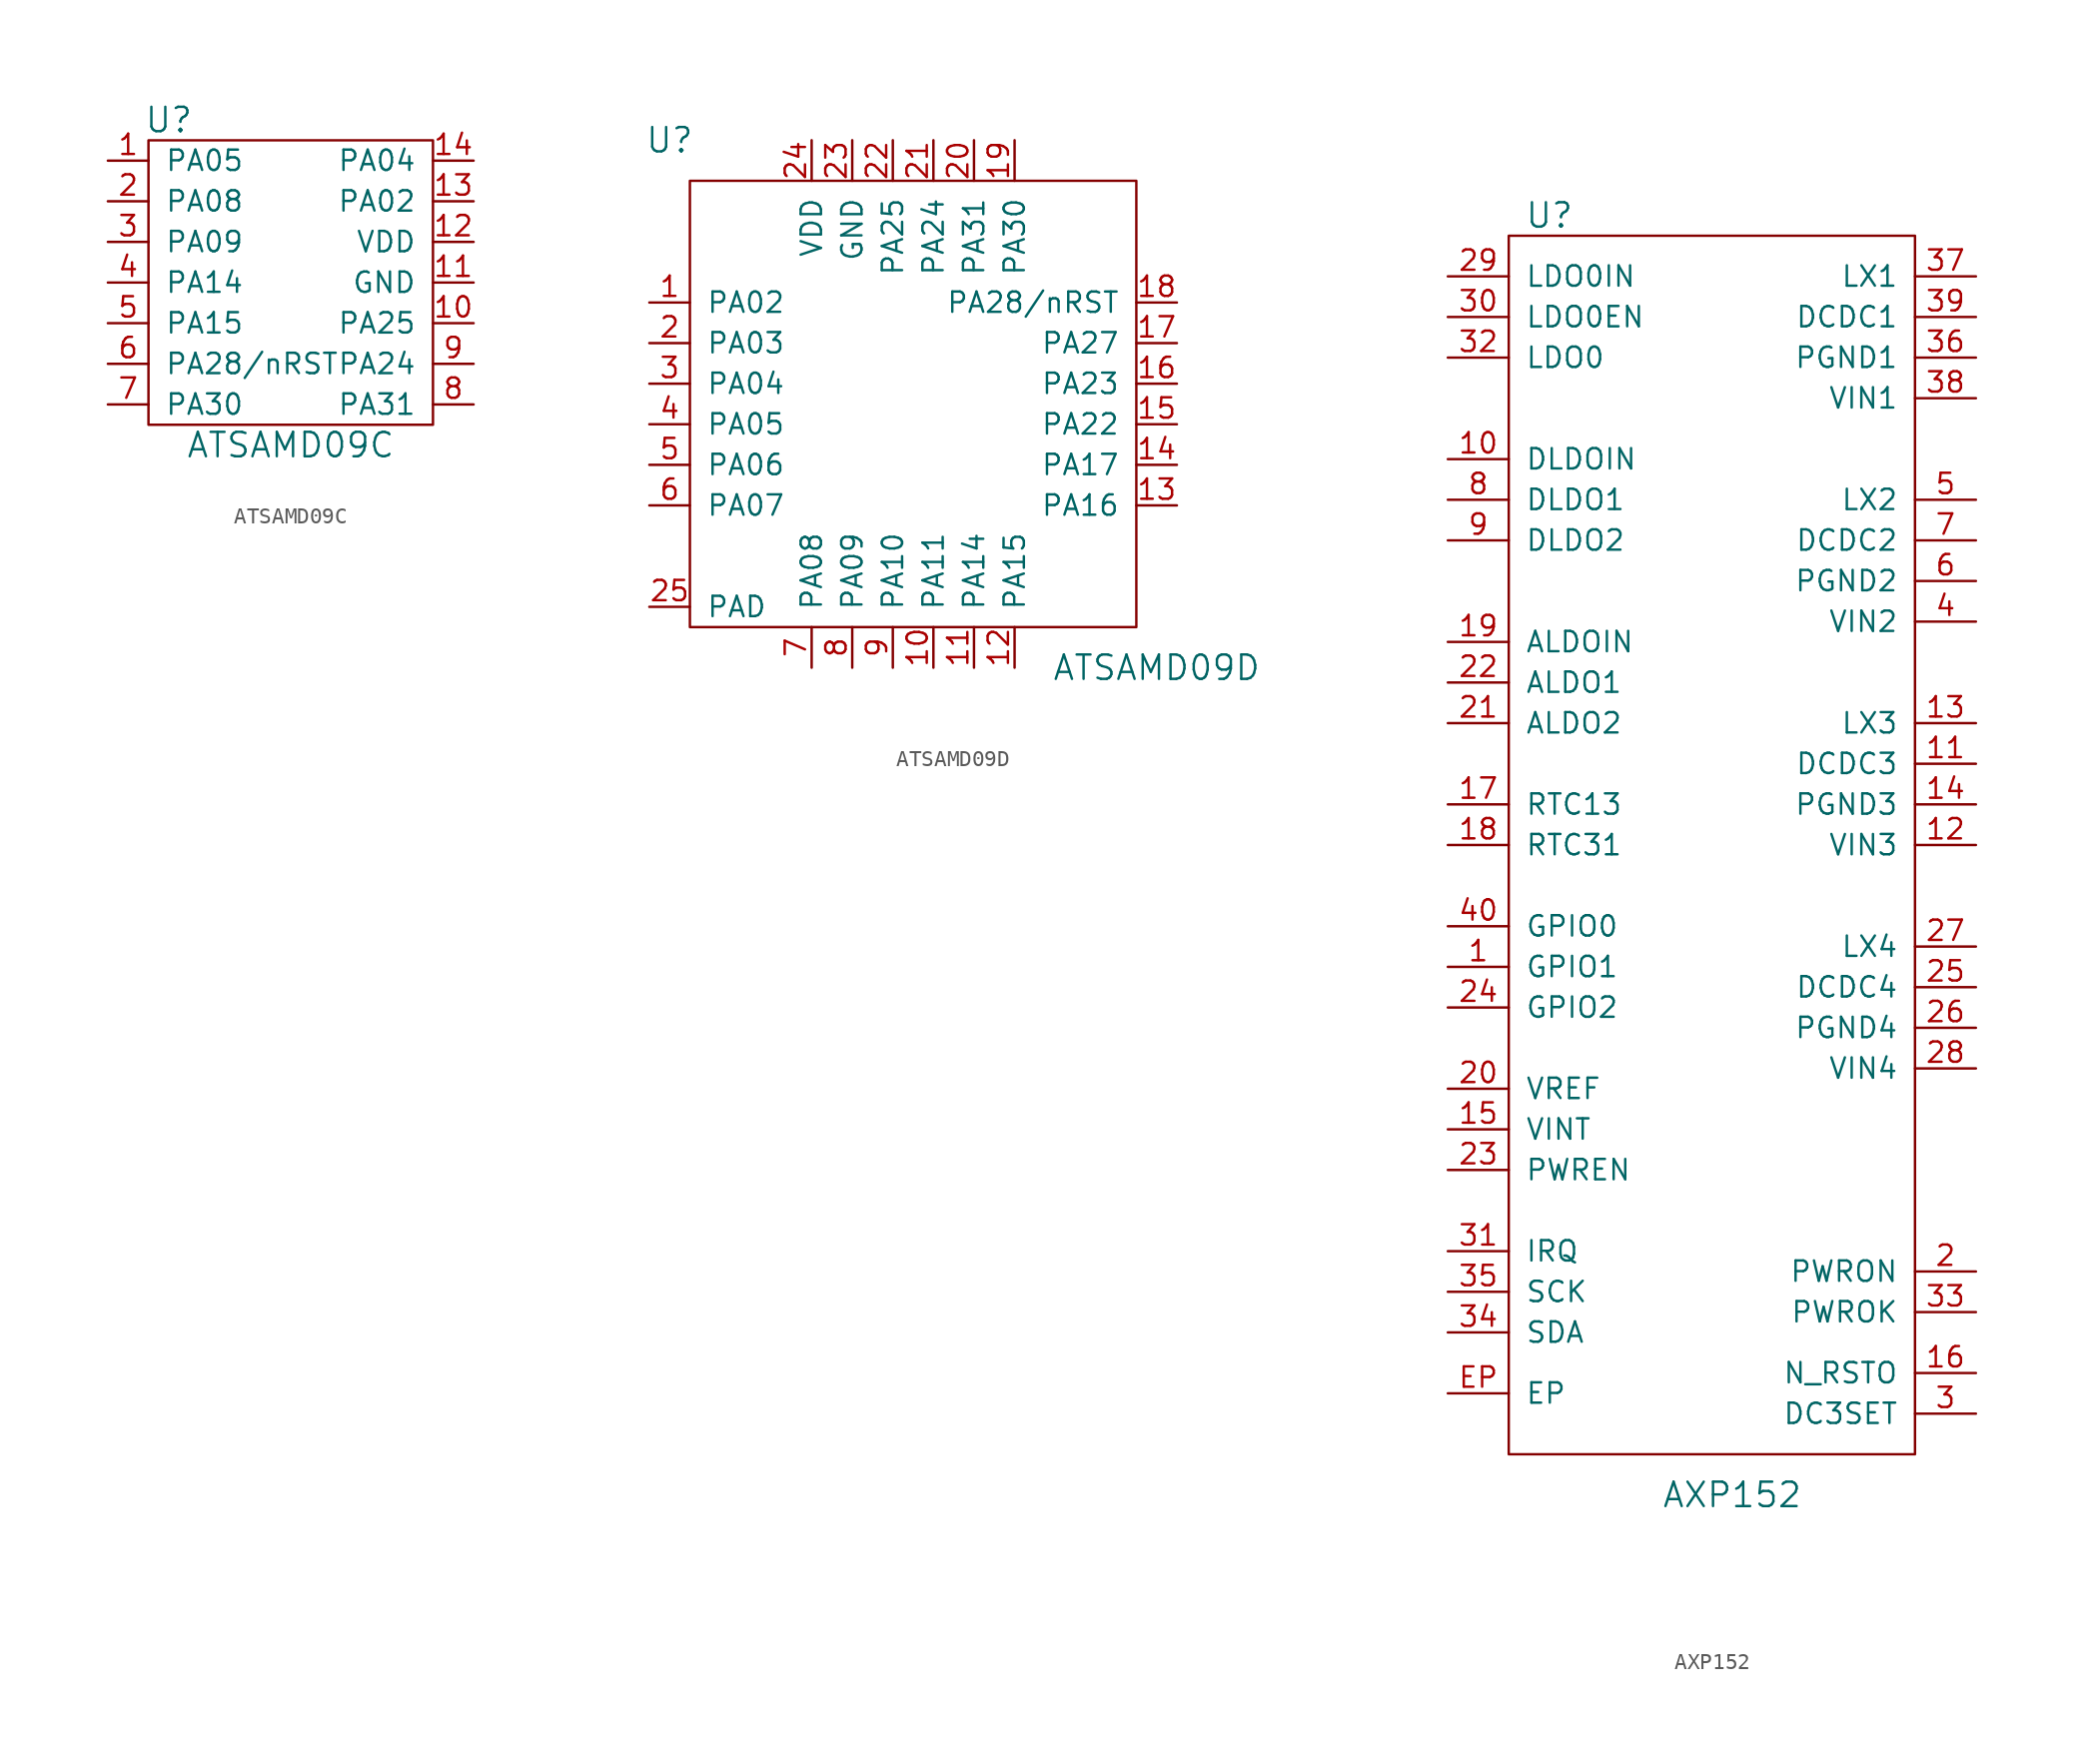
<source format=kicad_sym>
(kicad_symbol_lib
  (version 20211014)
  (generator kicad_symbol_editor)
  (symbol "ATSAMD09C"
    (pin_names
      (offset 1.016))
    (property "Reference" "U"
      (at -7.62 8.89 0)
      (effects (font (size 1.524 1.524))))
    (property "Value" "ATSAMD09C"
      (at 0 -11.43 0)
      (effects (font (size 1.524 1.524))))
    (property "Footprint" ""
      (at 2.54 0 0)
      (effects (font (size 1.524 1.524))))
    (property "Datasheet" ""
      (at 2.54 0 0)
      (effects (font (size 1.524 1.524))))
    (symbol "ATSAMD09C_0_1"
      (rectangle (start -8.89 7.62) (end 8.89 -10.16) (stroke (width 0) (type default) (color 0 0 0 0)) (fill (type none))))
    (symbol "ATSAMD09C_1_1"
      (pin passive line (at -11.43 6.35 0) (length 2.54) (name "PA05" (effects (font (size 1.27 1.27)))) (number "1" (effects (font (size 1.27 1.27)))))
      (pin passive line (at 11.43 -3.81 180) (length 2.54) (name "PA25" (effects (font (size 1.27 1.27)))) (number "10" (effects (font (size 1.27 1.27)))))
      (pin passive line (at 11.43 -1.27 180) (length 2.54) (name "GND" (effects (font (size 1.27 1.27)))) (number "11" (effects (font (size 1.27 1.27)))))
      (pin passive line (at 11.43 1.27 180) (length 2.54) (name "VDD" (effects (font (size 1.27 1.27)))) (number "12" (effects (font (size 1.27 1.27)))))
      (pin passive line (at 11.43 3.81 180) (length 2.54) (name "PA02" (effects (font (size 1.27 1.27)))) (number "13" (effects (font (size 1.27 1.27)))))
      (pin passive line (at 11.43 6.35 180) (length 2.54) (name "PA04" (effects (font (size 1.27 1.27)))) (number "14" (effects (font (size 1.27 1.27)))))
      (pin passive line (at -11.43 3.81 0) (length 2.54) (name "PA08" (effects (font (size 1.27 1.27)))) (number "2" (effects (font (size 1.27 1.27)))))
      (pin passive line (at -11.43 1.27 0) (length 2.54) (name "PA09" (effects (font (size 1.27 1.27)))) (number "3" (effects (font (size 1.27 1.27)))))
      (pin passive line (at -11.43 -1.27 0) (length 2.54) (name "PA14" (effects (font (size 1.27 1.27)))) (number "4" (effects (font (size 1.27 1.27)))))
      (pin passive line (at -11.43 -3.81 0) (length 2.54) (name "PA15" (effects (font (size 1.27 1.27)))) (number "5" (effects (font (size 1.27 1.27)))))
      (pin passive line (at -11.43 -6.35 0) (length 2.54) (name "PA28/nRST" (effects (font (size 1.27 1.27)))) (number "6" (effects (font (size 1.27 1.27)))))
      (pin passive line (at -11.43 -8.89 0) (length 2.54) (name "PA30" (effects (font (size 1.27 1.27)))) (number "7" (effects (font (size 1.27 1.27)))))
      (pin passive line (at 11.43 -8.89 180) (length 2.54) (name "PA31" (effects (font (size 1.27 1.27)))) (number "8" (effects (font (size 1.27 1.27)))))
      (pin passive line (at 11.43 -6.35 180) (length 2.54) (name "PA24" (effects (font (size 1.27 1.27)))) (number "9" (effects (font (size 1.27 1.27)))))))
  (symbol "ATSAMD09D"
    (pin_names
      (offset 1.016))
    (property "Reference" "U"
      (at -15.24 16.51 0)
      (effects (font (size 1.524 1.524))))
    (property "Value" "ATSAMD09D"
      (at 15.24 -16.51 0)
      (effects (font (size 1.524 1.524))))
    (property "Footprint" ""
      (at -2.54 0 0)
      (effects (font (size 1.524 1.524))))
    (property "Datasheet" ""
      (at -2.54 0 0)
      (effects (font (size 1.524 1.524))))
    (symbol "ATSAMD09D_0_1"
      (rectangle (start -13.97 13.97) (end 13.97 -13.97) (stroke (width 0) (type default) (color 0 0 0 0)) (fill (type none))))
    (symbol "ATSAMD09D_1_1"
      (pin passive line (at -16.51 6.35 0) (length 2.54) (name "PA02" (effects (font (size 1.27 1.27)))) (number "1" (effects (font (size 1.27 1.27)))))
      (pin passive line (at 1.27 -16.51 90) (length 2.54) (name "PA11" (effects (font (size 1.27 1.27)))) (number "10" (effects (font (size 1.27 1.27)))))
      (pin passive line (at 3.81 -16.51 90) (length 2.54) (name "PA14" (effects (font (size 1.27 1.27)))) (number "11" (effects (font (size 1.27 1.27)))))
      (pin passive line (at 6.35 -16.51 90) (length 2.54) (name "PA15" (effects (font (size 1.27 1.27)))) (number "12" (effects (font (size 1.27 1.27)))))
      (pin passive line (at 16.51 -6.35 180) (length 2.54) (name "PA16" (effects (font (size 1.27 1.27)))) (number "13" (effects (font (size 1.27 1.27)))))
      (pin passive line (at 16.51 -3.81 180) (length 2.54) (name "PA17" (effects (font (size 1.27 1.27)))) (number "14" (effects (font (size 1.27 1.27)))))
      (pin passive line (at 16.51 -1.27 180) (length 2.54) (name "PA22" (effects (font (size 1.27 1.27)))) (number "15" (effects (font (size 1.27 1.27)))))
      (pin passive line (at 16.51 1.27 180) (length 2.54) (name "PA23" (effects (font (size 1.27 1.27)))) (number "16" (effects (font (size 1.27 1.27)))))
      (pin passive line (at 16.51 3.81 180) (length 2.54) (name "PA27" (effects (font (size 1.27 1.27)))) (number "17" (effects (font (size 1.27 1.27)))))
      (pin passive line (at 16.51 6.35 180) (length 2.54) (name "PA28/nRST" (effects (font (size 1.27 1.27)))) (number "18" (effects (font (size 1.27 1.27)))))
      (pin passive line (at 6.35 16.51 270) (length 2.54) (name "PA30" (effects (font (size 1.27 1.27)))) (number "19" (effects (font (size 1.27 1.27)))))
      (pin passive line (at -16.51 3.81 0) (length 2.54) (name "PA03" (effects (font (size 1.27 1.27)))) (number "2" (effects (font (size 1.27 1.27)))))
      (pin passive line (at 3.81 16.51 270) (length 2.54) (name "PA31" (effects (font (size 1.27 1.27)))) (number "20" (effects (font (size 1.27 1.27)))))
      (pin passive line (at 1.27 16.51 270) (length 2.54) (name "PA24" (effects (font (size 1.27 1.27)))) (number "21" (effects (font (size 1.27 1.27)))))
      (pin passive line (at -1.27 16.51 270) (length 2.54) (name "PA25" (effects (font (size 1.27 1.27)))) (number "22" (effects (font (size 1.27 1.27)))))
      (pin passive line (at -3.81 16.51 270) (length 2.54) (name "GND" (effects (font (size 1.27 1.27)))) (number "23" (effects (font (size 1.27 1.27)))))
      (pin passive line (at -6.35 16.51 270) (length 2.54) (name "VDD" (effects (font (size 1.27 1.27)))) (number "24" (effects (font (size 1.27 1.27)))))
      (pin passive line (at -16.51 -12.7 0) (length 2.54) (name "PAD" (effects (font (size 1.27 1.27)))) (number "25" (effects (font (size 1.27 1.27)))))
      (pin passive line (at -16.51 1.27 0) (length 2.54) (name "PA04" (effects (font (size 1.27 1.27)))) (number "3" (effects (font (size 1.27 1.27)))))
      (pin passive line (at -16.51 -1.27 0) (length 2.54) (name "PA05" (effects (font (size 1.27 1.27)))) (number "4" (effects (font (size 1.27 1.27)))))
      (pin passive line (at -16.51 -3.81 0) (length 2.54) (name "PA06" (effects (font (size 1.27 1.27)))) (number "5" (effects (font (size 1.27 1.27)))))
      (pin passive line (at -16.51 -6.35 0) (length 2.54) (name "PA07" (effects (font (size 1.27 1.27)))) (number "6" (effects (font (size 1.27 1.27)))))
      (pin passive line (at -6.35 -16.51 90) (length 2.54) (name "PA08" (effects (font (size 1.27 1.27)))) (number "7" (effects (font (size 1.27 1.27)))))
      (pin passive line (at -3.81 -16.51 90) (length 2.54) (name "PA09" (effects (font (size 1.27 1.27)))) (number "8" (effects (font (size 1.27 1.27)))))
      (pin passive line (at -1.27 -16.51 90) (length 2.54) (name "PA10" (effects (font (size 1.27 1.27)))) (number "9" (effects (font (size 1.27 1.27)))))))
  (symbol "AXP152"
    (pin_names
      (offset 1.016))
    (property "Reference" "U"
      (at -10.16 39.37 0)
      (effects (font (size 1.524 1.524))))
    (property "Value" "AXP152"
      (at 1.27 -40.64 0)
      (effects (font (size 1.524 1.524))))
    (property "Footprint" ""
      (at 1.27 25.4 0)
      (effects (font (size 1.524 1.524))))
    (property "Datasheet" ""
      (at 1.27 25.4 0)
      (effects (font (size 1.524 1.524))))
    (symbol "AXP152_0_1"
      (rectangle (start -12.7 38.1) (end 12.7 -38.1) (stroke (width 0) (type default) (color 0 0 0 0)) (fill (type none))))
    (symbol "AXP152_1_1"
      (pin passive line (at -16.51 -7.62 0) (length 3.81) (name "GPIO1" (effects (font (size 1.27 1.27)))) (number "1" (effects (font (size 1.27 1.27)))))
      (pin passive line (at -16.51 24.13 0) (length 3.81) (name "DLDOIN" (effects (font (size 1.27 1.27)))) (number "10" (effects (font (size 1.27 1.27)))))
      (pin power_out line (at 16.51 5.08 180) (length 3.81) (name "DCDC3" (effects (font (size 1.27 1.27)))) (number "11" (effects (font (size 1.27 1.27)))))
      (pin passive line (at 16.51 0 180) (length 3.81) (name "VIN3" (effects (font (size 1.27 1.27)))) (number "12" (effects (font (size 1.27 1.27)))))
      (pin passive line (at 16.51 7.62 180) (length 3.81) (name "LX3" (effects (font (size 1.27 1.27)))) (number "13" (effects (font (size 1.27 1.27)))))
      (pin passive line (at 16.51 2.54 180) (length 3.81) (name "PGND3" (effects (font (size 1.27 1.27)))) (number "14" (effects (font (size 1.27 1.27)))))
      (pin passive line (at -16.51 -17.78 0) (length 3.81) (name "VINT" (effects (font (size 1.27 1.27)))) (number "15" (effects (font (size 1.27 1.27)))))
      (pin passive line (at 16.51 -33.02 180) (length 3.81) (name "N_RSTO" (effects (font (size 1.27 1.27)))) (number "16" (effects (font (size 1.27 1.27)))))
      (pin passive line (at -16.51 2.54 0) (length 3.81) (name "RTC13" (effects (font (size 1.27 1.27)))) (number "17" (effects (font (size 1.27 1.27)))))
      (pin passive line (at -16.51 0 0) (length 3.81) (name "RTC31" (effects (font (size 1.27 1.27)))) (number "18" (effects (font (size 1.27 1.27)))))
      (pin passive line (at -16.51 12.7 0) (length 3.81) (name "ALDOIN" (effects (font (size 1.27 1.27)))) (number "19" (effects (font (size 1.27 1.27)))))
      (pin passive line (at 16.51 -26.67 180) (length 3.81) (name "PWRON" (effects (font (size 1.27 1.27)))) (number "2" (effects (font (size 1.27 1.27)))))
      (pin passive line (at -16.51 -15.24 0) (length 3.81) (name "VREF" (effects (font (size 1.27 1.27)))) (number "20" (effects (font (size 1.27 1.27)))))
      (pin power_out line (at -16.51 7.62 0) (length 3.81) (name "ALDO2" (effects (font (size 1.27 1.27)))) (number "21" (effects (font (size 1.27 1.27)))))
      (pin power_out line (at -16.51 10.16 0) (length 3.81) (name "ALDO1" (effects (font (size 1.27 1.27)))) (number "22" (effects (font (size 1.27 1.27)))))
      (pin passive line (at -16.51 -20.32 0) (length 3.81) (name "PWREN" (effects (font (size 1.27 1.27)))) (number "23" (effects (font (size 1.27 1.27)))))
      (pin passive line (at -16.51 -10.16 0) (length 3.81) (name "GPIO2" (effects (font (size 1.27 1.27)))) (number "24" (effects (font (size 1.27 1.27)))))
      (pin power_out line (at 16.51 -8.89 180) (length 3.81) (name "DCDC4" (effects (font (size 1.27 1.27)))) (number "25" (effects (font (size 1.27 1.27)))))
      (pin passive line (at 16.51 -11.43 180) (length 3.81) (name "PGND4" (effects (font (size 1.27 1.27)))) (number "26" (effects (font (size 1.27 1.27)))))
      (pin passive line (at 16.51 -6.35 180) (length 3.81) (name "LX4" (effects (font (size 1.27 1.27)))) (number "27" (effects (font (size 1.27 1.27)))))
      (pin passive line (at 16.51 -13.97 180) (length 3.81) (name "VIN4" (effects (font (size 1.27 1.27)))) (number "28" (effects (font (size 1.27 1.27)))))
      (pin passive line (at -16.51 35.56 0) (length 3.81) (name "LDO0IN" (effects (font (size 1.27 1.27)))) (number "29" (effects (font (size 1.27 1.27)))))
      (pin passive line (at 16.51 -35.56 180) (length 3.81) (name "DC3SET" (effects (font (size 1.27 1.27)))) (number "3" (effects (font (size 1.27 1.27)))))
      (pin passive line (at -16.51 33.02 0) (length 3.81) (name "LDO0EN" (effects (font (size 1.27 1.27)))) (number "30" (effects (font (size 1.27 1.27)))))
      (pin passive line (at -16.51 -25.4 0) (length 3.81) (name "IRQ" (effects (font (size 1.27 1.27)))) (number "31" (effects (font (size 1.27 1.27)))))
      (pin power_out line (at -16.51 30.48 0) (length 3.81) (name "LDO0" (effects (font (size 1.27 1.27)))) (number "32" (effects (font (size 1.27 1.27)))))
      (pin passive line (at 16.51 -29.21 180) (length 3.81) (name "PWROK" (effects (font (size 1.27 1.27)))) (number "33" (effects (font (size 1.27 1.27)))))
      (pin passive line (at -16.51 -30.48 0) (length 3.81) (name "SDA" (effects (font (size 1.27 1.27)))) (number "34" (effects (font (size 1.27 1.27)))))
      (pin passive line (at -16.51 -27.94 0) (length 3.81) (name "SCK" (effects (font (size 1.27 1.27)))) (number "35" (effects (font (size 1.27 1.27)))))
      (pin passive line (at 16.51 30.48 180) (length 3.81) (name "PGND1" (effects (font (size 1.27 1.27)))) (number "36" (effects (font (size 1.27 1.27)))))
      (pin passive line (at 16.51 35.56 180) (length 3.81) (name "LX1" (effects (font (size 1.27 1.27)))) (number "37" (effects (font (size 1.27 1.27)))))
      (pin passive line (at 16.51 27.94 180) (length 3.81) (name "VIN1" (effects (font (size 1.27 1.27)))) (number "38" (effects (font (size 1.27 1.27)))))
      (pin power_out line (at 16.51 33.02 180) (length 3.81) (name "DCDC1" (effects (font (size 1.27 1.27)))) (number "39" (effects (font (size 1.27 1.27)))))
      (pin passive line (at 16.51 13.97 180) (length 3.81) (name "VIN2" (effects (font (size 1.27 1.27)))) (number "4" (effects (font (size 1.27 1.27)))))
      (pin passive line (at -16.51 -5.08 0) (length 3.81) (name "GPIO0" (effects (font (size 1.27 1.27)))) (number "40" (effects (font (size 1.27 1.27)))))
      (pin passive line (at 16.51 21.59 180) (length 3.81) (name "LX2" (effects (font (size 1.27 1.27)))) (number "5" (effects (font (size 1.27 1.27)))))
      (pin passive line (at 16.51 16.51 180) (length 3.81) (name "PGND2" (effects (font (size 1.27 1.27)))) (number "6" (effects (font (size 1.27 1.27)))))
      (pin power_out line (at 16.51 19.05 180) (length 3.81) (name "DCDC2" (effects (font (size 1.27 1.27)))) (number "7" (effects (font (size 1.27 1.27)))))
      (pin passive line (at -16.51 21.59 0) (length 3.81) (name "DLDO1" (effects (font (size 1.27 1.27)))) (number "8" (effects (font (size 1.27 1.27)))))
      (pin passive line (at -16.51 19.05 0) (length 3.81) (name "DLDO2" (effects (font (size 1.27 1.27)))) (number "9" (effects (font (size 1.27 1.27)))))
      (pin passive line (at -16.51 -34.29 0) (length 3.81) (name "EP" (effects (font (size 1.27 1.27)))) (number "EP" (effects (font (size 1.27 1.27))))))))
</source>
